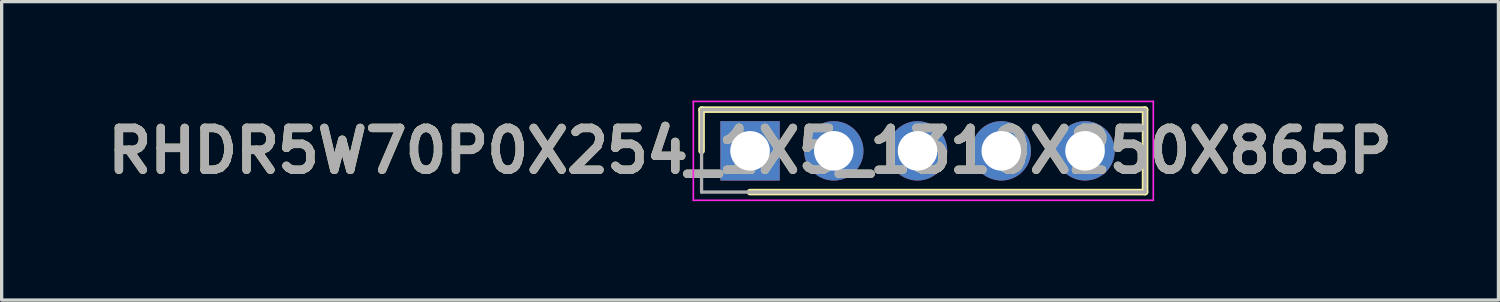
<source format=kicad_pcb>
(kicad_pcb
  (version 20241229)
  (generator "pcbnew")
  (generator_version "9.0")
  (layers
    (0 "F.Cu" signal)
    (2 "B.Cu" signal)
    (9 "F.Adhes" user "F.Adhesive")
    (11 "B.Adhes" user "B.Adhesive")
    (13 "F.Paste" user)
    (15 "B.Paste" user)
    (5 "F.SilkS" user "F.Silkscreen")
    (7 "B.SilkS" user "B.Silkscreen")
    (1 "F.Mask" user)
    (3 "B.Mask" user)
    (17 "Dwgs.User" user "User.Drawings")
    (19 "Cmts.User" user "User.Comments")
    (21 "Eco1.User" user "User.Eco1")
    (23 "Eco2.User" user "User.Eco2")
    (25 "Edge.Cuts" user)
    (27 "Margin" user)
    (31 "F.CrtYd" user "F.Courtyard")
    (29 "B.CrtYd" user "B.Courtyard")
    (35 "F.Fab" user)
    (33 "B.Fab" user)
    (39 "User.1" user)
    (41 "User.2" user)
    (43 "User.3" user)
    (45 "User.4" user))
  (footprint "RHDR5W70P0X254_1X5_1310X250X865P"
    (layer "F.Cu")
    (at 19.697 1.525)
    (property "Reference" "RHDR5W70P0X254_1X5_1310X250X865P" (at 0 0 0) (layer "F.SilkS") (effects (font (size 1.27 1.27) (thickness 0.254))))
    (attr through_hole)
    (fp_line (start -1.47 -1.25) (end -1.47 0) (stroke (width 0.2) (type solid)) (layer "F.SilkS"))
    (fp_line (start 0 1.25) (end 11.98 1.25) (stroke (width 0.2) (type solid)) (layer "F.SilkS"))
    (fp_line (start 11.98 -1.25) (end -1.47 -1.25) (stroke (width 0.2) (type solid)) (layer "F.SilkS"))
    (fp_line (start 11.98 1.25) (end 11.98 -1.25) (stroke (width 0.2) (type solid)) (layer "F.SilkS"))
    (fp_line (start -1.72 -1.5) (end 12.23 -1.5) (stroke (width 0.05) (type solid)) (layer "F.CrtYd"))
    (fp_line (start -1.72 1.5) (end -1.72 -1.5) (stroke (width 0.05) (type solid)) (layer "F.CrtYd"))
    (fp_line (start 12.23 -1.5) (end 12.23 1.5) (stroke (width 0.05) (type solid)) (layer "F.CrtYd"))
    (fp_line (start 12.23 1.5) (end -1.72 1.5) (stroke (width 0.05) (type solid)) (layer "F.CrtYd"))
    (fp_line (start -1.47 -1.25) (end 11.98 -1.25) (stroke (width 0.1) (type solid)) (layer "F.Fab"))
    (fp_line (start -1.47 1.25) (end -1.47 -1.25) (stroke (width 0.1) (type solid)) (layer "F.Fab"))
    (fp_line (start 11.98 -1.25) (end 11.98 1.25) (stroke (width 0.1) (type solid)) (layer "F.Fab"))
    (fp_line (start 11.98 1.25) (end -1.47 1.25) (stroke (width 0.1) (type solid)) (layer "F.Fab"))
    (fp_text user "${REFERENCE}" (at 0 0 0) (layer "F.Fab") (effects (font (size 1.27 1.27) (thickness 0.254))))
    (pad "1" thru_hole rect (at 0 0) (size 1.8 1.8) (drill 1.2) (layers "*.Cu" "*.Mask"))
    (pad "2" thru_hole circle (at 2.54 0) (size 1.8 1.8) (drill 1.2) (layers "*.Cu" "*.Mask"))
    (pad "3" thru_hole circle (at 5.08 0) (size 1.8 1.8) (drill 1.2) (layers "*.Cu" "*.Mask"))
    (pad "4" thru_hole circle (at 7.62 0) (size 1.8 1.8) (drill 1.2) (layers "*.Cu" "*.Mask"))
    (pad "5" thru_hole circle (at 10.16 0) (size 1.8 1.8) (drill 1.2) (layers "*.Cu" "*.Mask")))
  (gr_rect
    (start -3 -3)
    (end 42.394 6.05)
    (stroke (width 0.1) (type default))
    (fill no)
    (layer "Edge.Cuts")))
</source>
